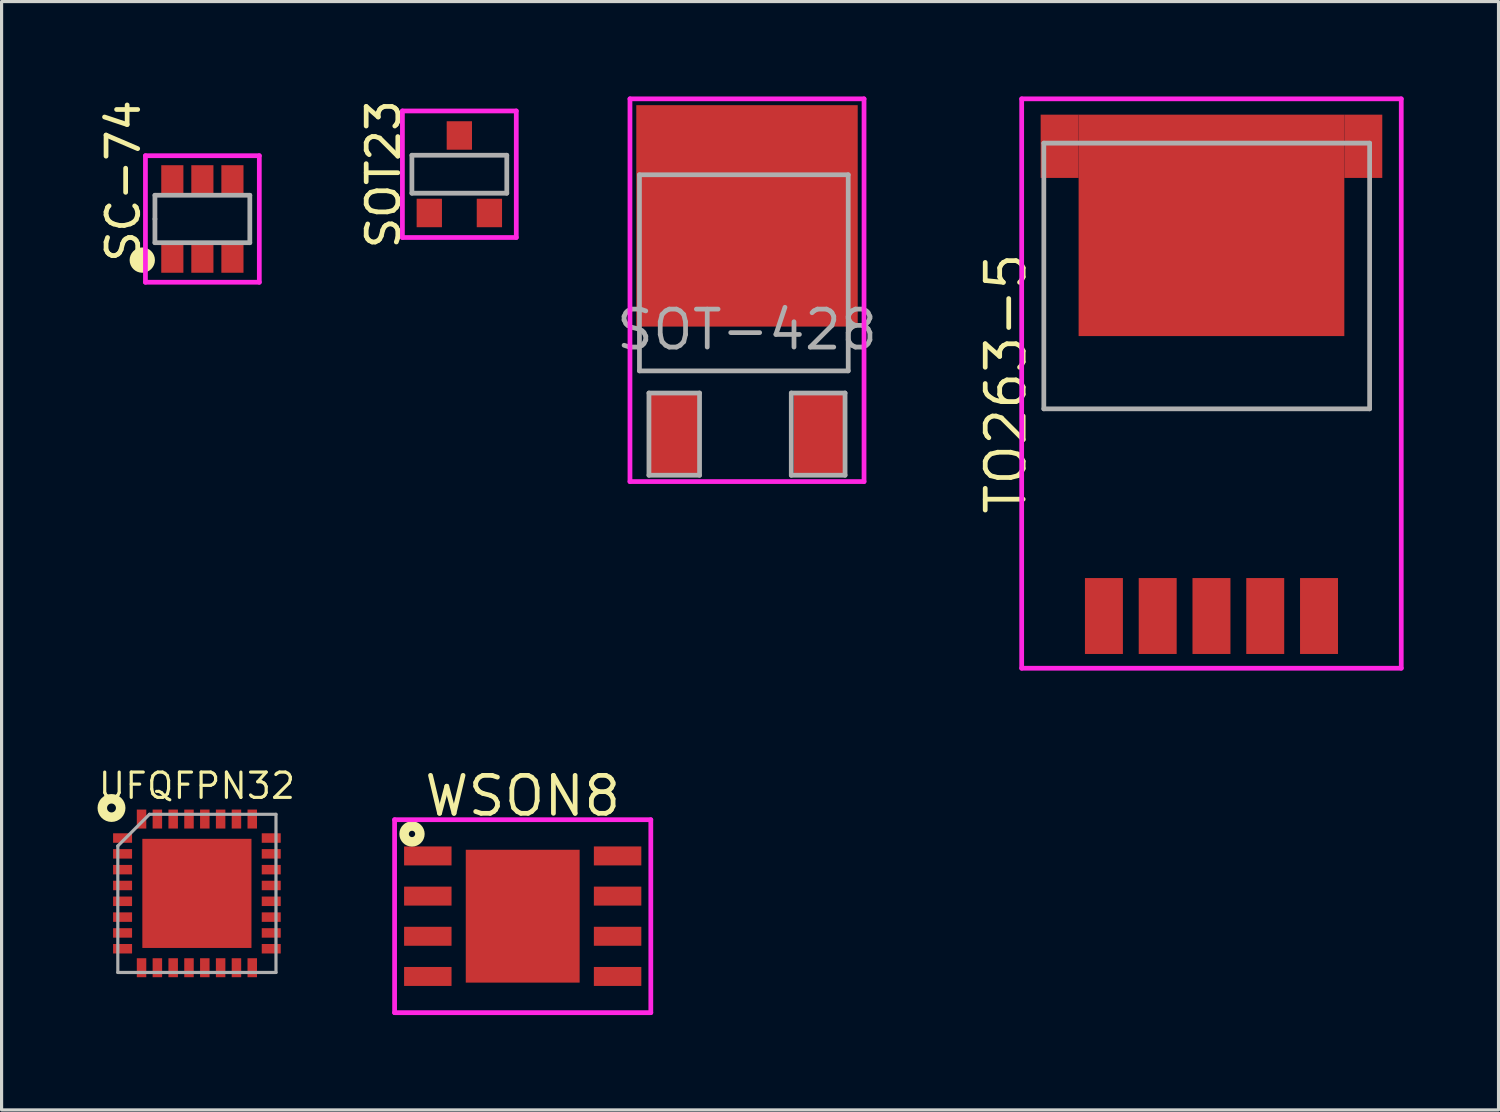
<source format=kicad_pcb>
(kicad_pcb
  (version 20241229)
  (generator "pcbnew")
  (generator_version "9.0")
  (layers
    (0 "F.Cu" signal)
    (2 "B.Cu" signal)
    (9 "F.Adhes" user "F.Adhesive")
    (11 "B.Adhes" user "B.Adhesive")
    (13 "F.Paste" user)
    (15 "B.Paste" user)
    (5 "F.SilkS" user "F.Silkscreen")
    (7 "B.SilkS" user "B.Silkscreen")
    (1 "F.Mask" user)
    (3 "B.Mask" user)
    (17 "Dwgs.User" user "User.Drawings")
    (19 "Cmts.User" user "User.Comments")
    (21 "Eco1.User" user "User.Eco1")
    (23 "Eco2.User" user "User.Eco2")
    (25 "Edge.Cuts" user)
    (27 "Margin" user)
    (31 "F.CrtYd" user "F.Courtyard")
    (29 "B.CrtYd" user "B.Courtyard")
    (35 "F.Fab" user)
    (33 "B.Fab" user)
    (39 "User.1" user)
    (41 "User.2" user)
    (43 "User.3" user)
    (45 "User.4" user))
  (footprint "SOT-428"
    (layer "F.Cu")
    (at 20.566 10.675)
    (property "Reference" "SOT-428" (at 0 -3.3 0) (layer "F.Fab") (effects (font (size 1.2 1.2) (thickness 0.15))))
    (attr through_hole)
    (fp_line (start -3.7 -10.6) (end 3.7 -10.6) (stroke (width 0.15) (type solid)) (layer "F.CrtYd"))
    (fp_line (start -3.7 1.5) (end -3.7 -10.6) (stroke (width 0.15) (type solid)) (layer "F.CrtYd"))
    (fp_line (start 3.7 -10.6) (end 3.7 1.5) (stroke (width 0.15) (type solid)) (layer "F.CrtYd"))
    (fp_line (start 3.7 1.5) (end -3.7 1.5) (stroke (width 0.15) (type solid)) (layer "F.CrtYd"))
    (fp_line (start -3.4 -8.2) (end 3.2 -8.2) (stroke (width 0.15) (type solid)) (layer "F.Fab"))
    (fp_line (start -3.4 -2) (end -3.4 -8.2) (stroke (width 0.15) (type solid)) (layer "F.Fab"))
    (fp_line (start -3.1 -1.3) (end -1.5 -1.3) (stroke (width 0.15) (type solid)) (layer "F.Fab"))
    (fp_line (start -3.1 1.3) (end -3.1 -1.3) (stroke (width 0.15) (type solid)) (layer "F.Fab"))
    (fp_line (start -1.5 -1.3) (end -1.5 1.3) (stroke (width 0.15) (type solid)) (layer "F.Fab"))
    (fp_line (start -1.5 1.3) (end -3.1 1.3) (stroke (width 0.15) (type solid)) (layer "F.Fab"))
    (fp_line (start 1.4 -1.3) (end 3.1 -1.3) (stroke (width 0.15) (type solid)) (layer "F.Fab"))
    (fp_line (start 1.4 1.3) (end 1.4 -1.3) (stroke (width 0.15) (type solid)) (layer "F.Fab"))
    (fp_line (start 3.1 -1.3) (end 3.1 1.3) (stroke (width 0.15) (type solid)) (layer "F.Fab"))
    (fp_line (start 3.1 1.3) (end 1.4 1.3) (stroke (width 0.15) (type solid)) (layer "F.Fab"))
    (fp_line (start 3.2 -8.2) (end 3.2 -2) (stroke (width 0.15) (type solid)) (layer "F.Fab"))
    (fp_line (start 3.2 -2) (end -3.4 -2) (stroke (width 0.15) (type solid)) (layer "F.Fab"))
    (pad "1" smd rect (at -2.285 0) (size 1.6 2.5) (layers "F.Cu" "F.Mask" "F.Paste"))
    (pad "2" smd rect (at 0 -6.9) (size 7 7) (layers "F.Cu" "F.Mask" "F.Paste"))
    (pad "3" smd rect (at 2.285 0) (size 1.6 2.5) (layers "F.Cu" "F.Mask" "F.Paste")))
  (footprint "SC-74"
    (layer "F.Cu")
    (at 3.348 3.873)
    (property "Reference" "SC-74" (at -2.5 -1.2 90) (layer "F.SilkS") (effects (font (size 1 1) (thickness 0.15))))
    (attr through_hole)
    (fp_circle (center -1.9 1.3) (end -1.7 1.3) (stroke (width 0.4) (type solid)) (fill no) (layer "F.SilkS"))
    (fp_line (start -1.8 -2) (end 1.8 -2) (stroke (width 0.15) (type solid)) (layer "F.CrtYd"))
    (fp_line (start -1.8 2) (end -1.8 -2) (stroke (width 0.15) (type solid)) (layer "F.CrtYd"))
    (fp_line (start 1.8 -2) (end 1.8 2) (stroke (width 0.15) (type solid)) (layer "F.CrtYd"))
    (fp_line (start 1.8 2) (end -1.8 2) (stroke (width 0.15) (type solid)) (layer "F.CrtYd"))
    (fp_line (start -1.5 -0.75) (end 1.5 -0.75) (stroke (width 0.15) (type solid)) (layer "F.Fab"))
    (fp_line (start -1.5 0) (end -1.5 -0.75) (stroke (width 0.15) (type solid)) (layer "F.Fab"))
    (fp_line (start -1.5 0.75) (end -1.5 0) (stroke (width 0.15) (type solid)) (layer "F.Fab"))
    (fp_line (start 1.5 -0.75) (end 1.5 0.75) (stroke (width 0.15) (type solid)) (layer "F.Fab"))
    (fp_line (start 1.5 0.75) (end -1.5 0.75) (stroke (width 0.15) (type solid)) (layer "F.Fab"))
    (pad "1" smd rect (at -0.95 1.2) (size 0.7 1) (layers "F.Cu" "F.Mask" "F.Paste"))
    (pad "2" smd rect (at 0 1.2) (size 0.7 1) (layers "F.Cu" "F.Mask" "F.Paste"))
    (pad "3" smd rect (at 0.95 1.2) (size 0.7 1) (layers "F.Cu" "F.Mask" "F.Paste"))
    (pad "4" smd rect (at 0.95 -1.2) (size 0.7 1) (layers "F.Cu" "F.Mask" "F.Paste"))
    (pad "5" smd rect (at 0 -1.2) (size 0.7 1) (layers "F.Cu" "F.Mask" "F.Paste"))
    (pad "6" smd rect (at -0.95 -1.2) (size 0.7 1) (layers "F.Cu" "F.Mask" "F.Paste")))
  (footprint "SOT23"
    (layer "F.Cu")
    (at 11.472 2.458)
    (property "Reference" "SOT23" (at -2.4 0 90) (layer "F.SilkS") (effects (font (size 1 1) (thickness 0.15))))
    (attr through_hole)
    (fp_line (start -1.5 -0.6) (end -1.5 -0.4) (stroke (width 0.1) (type solid)) (layer "F.SilkS"))
    (fp_line (start -1.5 0) (end -1.5 -0.4) (stroke (width 0.1) (type solid)) (layer "F.SilkS"))
    (fp_line (start -1.5 0.4) (end -1.5 0) (stroke (width 0.1) (type solid)) (layer "F.SilkS"))
    (fp_line (start -1.5 0.4) (end -1.5 0.6) (stroke (width 0.1) (type solid)) (layer "F.SilkS"))
    (fp_line (start -1.5 0.6) (end 1.5 0.6) (stroke (width 0.1) (type solid)) (layer "F.SilkS"))
    (fp_line (start 1.5 -0.6) (end -1.5 -0.6) (stroke (width 0.1) (type solid)) (layer "F.SilkS"))
    (fp_line (start 1.5 -0.4) (end 1.5 -0.6) (stroke (width 0.1) (type solid)) (layer "F.SilkS"))
    (fp_line (start 1.5 -0.4) (end 1.5 0.4) (stroke (width 0.1) (type solid)) (layer "F.SilkS"))
    (fp_line (start 1.5 0.6) (end 1.5 0.4) (stroke (width 0.1) (type solid)) (layer "F.SilkS"))
    (fp_line (start -1.8 -2) (end 1.8 -2) (stroke (width 0.15) (type solid)) (layer "F.CrtYd"))
    (fp_line (start -1.8 2) (end -1.8 -2) (stroke (width 0.15) (type solid)) (layer "F.CrtYd"))
    (fp_line (start 1.8 -2) (end 1.8 2) (stroke (width 0.15) (type solid)) (layer "F.CrtYd"))
    (fp_line (start 1.8 2) (end -1.8 2) (stroke (width 0.15) (type solid)) (layer "F.CrtYd"))
    (fp_line (start -1.5 -0.6) (end 1.5 -0.6) (stroke (width 0.15) (type solid)) (layer "F.Fab"))
    (fp_line (start -1.5 0.6) (end -1.5 -0.6) (stroke (width 0.15) (type solid)) (layer "F.Fab"))
    (fp_line (start 1.5 -0.6) (end 1.5 0.6) (stroke (width 0.15) (type solid)) (layer "F.Fab"))
    (fp_line (start 1.5 0.6) (end -1.5 0.6) (stroke (width 0.15) (type solid)) (layer "F.Fab"))
    (pad "1" smd rect (at -0.95 1.225) (size 0.8 0.9) (layers "F.Cu" "F.Mask" "F.Paste"))
    (pad "2" smd rect (at 0.95 1.225) (size 0.8 0.9) (layers "F.Cu" "F.Mask" "F.Paste"))
    (pad "3" smd rect (at 0 -1.225) (size 0.8 0.9) (layers "F.Cu" "F.Mask" "F.Paste")))
  (footprint "TO263-5"
    (layer "F.Cu")
    (at 35.25 9.075)
    (property "Reference" "TO263-5" (at -6.5 0 90) (layer "F.SilkS") (effects (font (size 1.2 1.2) (thickness 0.15))))
    (attr through_hole)
    (fp_line (start -6 -9) (end 6 -9) (stroke (width 0.15) (type solid)) (layer "F.CrtYd"))
    (fp_line (start -6 9) (end -6 -9) (stroke (width 0.15) (type solid)) (layer "F.CrtYd"))
    (fp_line (start 6 -9) (end 6 9) (stroke (width 0.15) (type solid)) (layer "F.CrtYd"))
    (fp_line (start 6 9) (end -6 9) (stroke (width 0.15) (type solid)) (layer "F.CrtYd"))
    (fp_line (start -5.3 -7.6) (end 5 -7.6) (stroke (width 0.15) (type solid)) (layer "F.Fab"))
    (fp_line (start -5.3 0.8) (end -5.3 -7.6) (stroke (width 0.15) (type solid)) (layer "F.Fab"))
    (fp_line (start 5 -7.6) (end 5 0.8) (stroke (width 0.15) (type solid)) (layer "F.Fab"))
    (fp_line (start 5 0.8) (end -5.3 0.8) (stroke (width 0.15) (type solid)) (layer "F.Fab"))
    (pad "1" smd rect (at -3.4 7.35) (size 1.2 2.4) (layers "F.Cu" "F.Mask" "F.Paste"))
    (pad "2" smd rect (at -1.7 7.35) (size 1.2 2.4) (layers "F.Cu" "F.Mask" "F.Paste"))
    (pad "3" smd rect (at 0 7.35) (size 1.2 2.4) (layers "F.Cu" "F.Mask" "F.Paste"))
    (pad "4" smd rect (at 1.7 7.35) (size 1.2 2.4) (layers "F.Cu" "F.Mask" "F.Paste"))
    (pad "5" smd rect (at 3.4 7.35) (size 1.2 2.4) (layers "F.Cu" "F.Mask" "F.Paste"))
    (pad "6" smd rect (at -4.8 -7.5) (size 1.2 2) (layers "F.Cu" "F.Mask" "F.Paste"))
    (pad "6" smd rect (at 0 -5) (size 8.4 7) (layers "F.Cu" "F.Mask" "F.Paste"))
    (pad "6" smd rect (at 4.8 -7.5) (size 1.2 2) (layers "F.Cu" "F.Mask" "F.Paste")))
  (footprint "WSON8"
    (layer "F.Cu")
    (at 13.475 25.915)
    (property "Reference" "WSON8" (at 0 -3.8 0) (layer "F.SilkS") (effects (font (size 1.2 1.2) (thickness 0.15))))
    (attr through_hole)
    (fp_circle (center -3.5 -2.6) (end -3.4 -2.6) (stroke (width 0.3) (type solid)) (fill no) (layer "F.SilkS"))
    (fp_line (start -4.05 -3.05) (end 4.05 -3.05) (stroke (width 0.15) (type solid)) (layer "F.CrtYd"))
    (fp_line (start -4.05 3.05) (end -4.05 -3.05) (stroke (width 0.15) (type solid)) (layer "F.CrtYd"))
    (fp_line (start 4.05 -3.05) (end 4.05 3.05) (stroke (width 0.15) (type solid)) (layer "F.CrtYd"))
    (fp_line (start 4.05 3.05) (end -4.05 3.05) (stroke (width 0.15) (type solid)) (layer "F.CrtYd"))
    (pad "1" smd rect (at -3 -1.905 90) (size 0.6 1.5) (layers "F.Cu" "F.Mask" "F.Paste"))
    (pad "2" smd rect (at -3 -0.635 90) (size 0.6 1.5) (layers "F.Cu" "F.Mask" "F.Paste"))
    (pad "3" smd rect (at -3 0.635 90) (size 0.6 1.5) (layers "F.Cu" "F.Mask" "F.Paste"))
    (pad "4" smd rect (at -3 1.905 90) (size 0.6 1.5) (layers "F.Cu" "F.Mask" "F.Paste"))
    (pad "5" smd rect (at 3 1.905 90) (size 0.6 1.5) (layers "F.Cu" "F.Mask" "F.Paste"))
    (pad "6" smd rect (at 3 0.635 90) (size 0.6 1.5) (layers "F.Cu" "F.Mask" "F.Paste"))
    (pad "7" smd rect (at 3 -0.635 90) (size 0.6 1.5) (layers "F.Cu" "F.Mask" "F.Paste"))
    (pad "8" smd rect (at 3 -1.905 90) (size 0.6 1.5) (layers "F.Cu" "F.Mask" "F.Paste"))
    (pad "9" smd rect (at 0 0 90) (size 4.2 3.6) (layers "F.Cu" "F.Mask" "F.Paste")))
  (footprint "UFQFPN32"
    (layer "F.Cu")
    (at 3.175 25.194)
    (property "Reference" "UFQFPN32" (at 0 -3.4 0) (layer "F.SilkS") (effects (font (size 0.8 0.8) (thickness 0.1))))
    (attr smd)
    (fp_circle (center -2.7 -2.7) (end -2.559 -2.7) (stroke (width 0.3) (type solid)) (fill no) (layer "F.SilkS"))
    (fp_line (start -2.5 -1.5) (end -2.5 2.5) (stroke (width 0.1) (type solid)) (layer "F.Fab"))
    (fp_line (start -2.5 2.5) (end 2.5 2.5) (stroke (width 0.1) (type solid)) (layer "F.Fab"))
    (fp_line (start -1.5 -2.5) (end -2.5 -1.5) (stroke (width 0.1) (type solid)) (layer "F.Fab"))
    (fp_line (start 2.5 -2.5) (end -1.5 -2.5) (stroke (width 0.1) (type solid)) (layer "F.Fab"))
    (fp_line (start 2.5 2.5) (end 2.5 -2.5) (stroke (width 0.1) (type solid)) (layer "F.Fab"))
    (pad "1" smd rect (at -2.35 -1.75 90) (size 0.3 0.6) (layers "F.Cu" "F.Mask" "F.Paste"))
    (pad "2" smd rect (at -2.35 -1.25 90) (size 0.3 0.6) (layers "F.Cu" "F.Mask" "F.Paste"))
    (pad "3" smd rect (at -2.35 -0.75 90) (size 0.3 0.6) (layers "F.Cu" "F.Mask" "F.Paste"))
    (pad "4" smd rect (at -2.35 -0.25 90) (size 0.3 0.6) (layers "F.Cu" "F.Mask" "F.Paste"))
    (pad "5" smd rect (at -2.35 0.25 90) (size 0.3 0.6) (layers "F.Cu" "F.Mask" "F.Paste"))
    (pad "6" smd rect (at -2.35 0.75 90) (size 0.3 0.6) (layers "F.Cu" "F.Mask" "F.Paste"))
    (pad "7" smd rect (at -2.35 1.25 90) (size 0.3 0.6) (layers "F.Cu" "F.Mask" "F.Paste"))
    (pad "8" smd rect (at -2.35 1.75 90) (size 0.3 0.6) (layers "F.Cu" "F.Mask" "F.Paste"))
    (pad "9" smd rect (at -1.75 2.35) (size 0.3 0.6) (layers "F.Cu" "F.Mask" "F.Paste"))
    (pad "10" smd rect (at -1.25 2.35) (size 0.3 0.6) (layers "F.Cu" "F.Mask" "F.Paste"))
    (pad "11" smd rect (at -0.75 2.35) (size 0.3 0.6) (layers "F.Cu" "F.Mask" "F.Paste"))
    (pad "12" smd rect (at -0.25 2.35) (size 0.3 0.6) (layers "F.Cu" "F.Mask" "F.Paste"))
    (pad "13" smd rect (at 0.25 2.35) (size 0.3 0.6) (layers "F.Cu" "F.Mask" "F.Paste"))
    (pad "14" smd rect (at 0.75 2.35) (size 0.3 0.6) (layers "F.Cu" "F.Mask" "F.Paste"))
    (pad "15" smd rect (at 1.25 2.35) (size 0.3 0.6) (layers "F.Cu" "F.Mask" "F.Paste"))
    (pad "16" smd rect (at 1.75 2.35) (size 0.3 0.6) (layers "F.Cu" "F.Mask" "F.Paste"))
    (pad "17" smd rect (at 2.35 1.75 90) (size 0.3 0.6) (layers "F.Cu" "F.Mask" "F.Paste"))
    (pad "18" smd rect (at 2.35 1.25 90) (size 0.3 0.6) (layers "F.Cu" "F.Mask" "F.Paste"))
    (pad "19" smd rect (at 2.35 0.75 90) (size 0.3 0.6) (layers "F.Cu" "F.Mask" "F.Paste"))
    (pad "20" smd rect (at 2.35 0.25 90) (size 0.3 0.6) (layers "F.Cu" "F.Mask" "F.Paste"))
    (pad "21" smd rect (at 2.35 -0.25 90) (size 0.3 0.6) (layers "F.Cu" "F.Mask" "F.Paste"))
    (pad "22" smd rect (at 2.35 -0.75 90) (size 0.3 0.6) (layers "F.Cu" "F.Mask" "F.Paste"))
    (pad "23" smd rect (at 2.35 -1.25 90) (size 0.3 0.6) (layers "F.Cu" "F.Mask" "F.Paste"))
    (pad "24" smd rect (at 2.35 -1.75 90) (size 0.3 0.6) (layers "F.Cu" "F.Mask" "F.Paste"))
    (pad "25" smd rect (at 1.75 -2.35) (size 0.3 0.6) (layers "F.Cu" "F.Mask" "F.Paste"))
    (pad "26" smd rect (at 1.25 -2.35) (size 0.3 0.6) (layers "F.Cu" "F.Mask" "F.Paste"))
    (pad "27" smd rect (at 0.75 -2.35) (size 0.3 0.6) (layers "F.Cu" "F.Mask" "F.Paste"))
    (pad "28" smd rect (at 0.25 -2.35) (size 0.3 0.6) (layers "F.Cu" "F.Mask" "F.Paste"))
    (pad "29" smd rect (at -0.25 -2.35) (size 0.3 0.6) (layers "F.Cu" "F.Mask" "F.Paste"))
    (pad "30" smd rect (at -0.75 -2.35) (size 0.3 0.6) (layers "F.Cu" "F.Mask" "F.Paste"))
    (pad "31" smd rect (at -1.25 -2.35) (size 0.3 0.6) (layers "F.Cu" "F.Mask" "F.Paste"))
    (pad "32" smd rect (at -1.75 -2.35) (size 0.3 0.6) (layers "F.Cu" "F.Mask" "F.Paste"))
    (pad "33" smd rect (at 0 0) (size 3.45 3.45) (layers "F.Cu" "F.Mask" "F.Paste")))
  (gr_rect
    (start -3 -3)
    (end 44.325 32.04)
    (stroke (width 0.1) (type default))
    (fill no)
    (layer "Edge.Cuts")))
</source>
